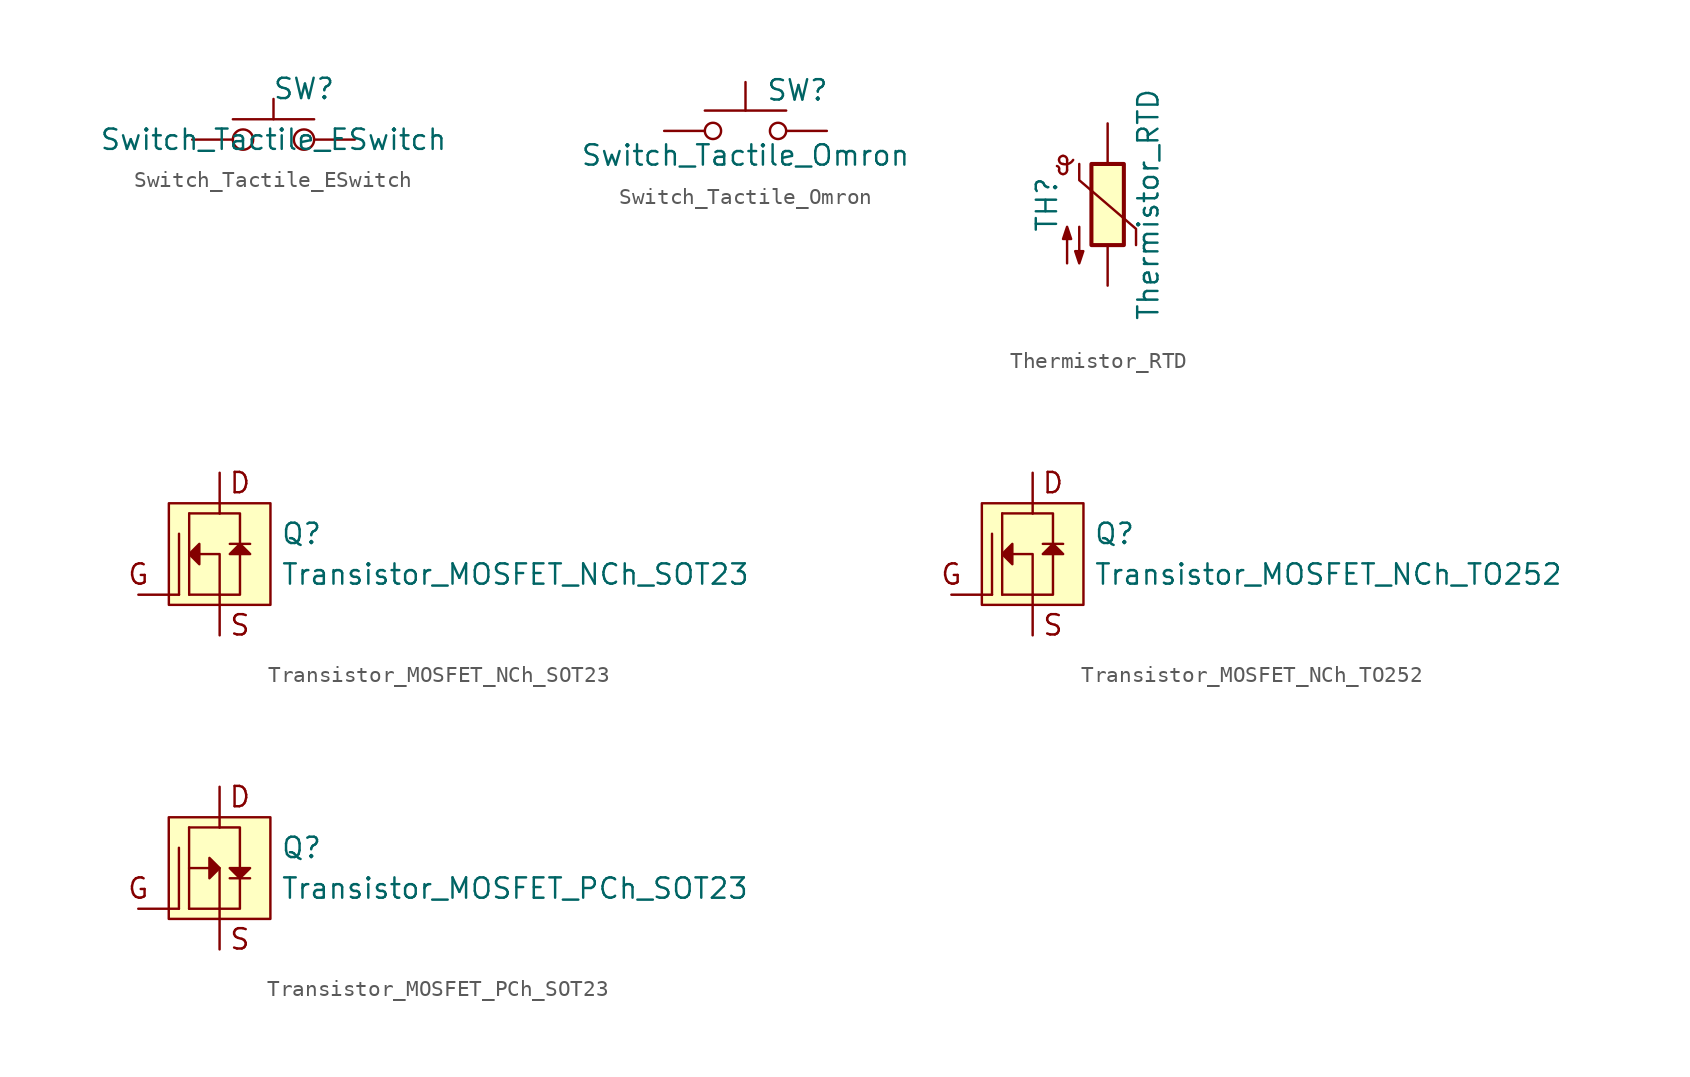
<source format=kicad_sym>
(kicad_symbol_lib
  (version 20231120)
  (generator "kicad_symbol_editor")
  (generator_version "8.0")
  (symbol "Switch_Tactile_ESwitch"
    (pin_numbers hide)
    (pin_names hide)
    (property "Reference" "SW"
      (at 1.905 3.175 0)
      (effects (font (size 1.27 1.27))))
    (property "Value" "Switch_Tactile_ESwitch"
      (at 0 0 0)
      (effects (font (size 1.27 1.27))))
    (symbol "Switch_Tactile_ESwitch_0_1"
      (circle (center -1.905 0) (radius 0.635) (stroke (width 0) (type default)) (fill (type none)))
      (polyline (pts (xy -2.54 1.27) (xy 2.54 1.27)) (stroke (width 0) (type default)) (fill (type none)))
      (polyline (pts (xy 0 1.27) (xy 0 2.54)) (stroke (width 0) (type default)) (fill (type none)))
      (circle (center 1.905 0) (radius 0.635) (stroke (width 0) (type default)) (fill (type none))))
    (symbol "Switch_Tactile_ESwitch_1_1"
      (pin input line (at -5.08 0 0) (length 2.54) (name "" (effects (font (size 1.27 1.27)))) (number "1" (effects (font (size 1.27 1.27)))))
      (pin input line (at -5.08 0 0) (length 2.54) hide (name "" (effects (font (size 1.27 1.27)))) (number "2" (effects (font (size 1.27 1.27)))))
      (pin input line (at 5.08 0 180) (length 2.54) (name "" (effects (font (size 1.27 1.27)))) (number "3" (effects (font (size 1.27 1.27)))))
      (pin input line (at 5.08 0 180) (length 2.54) hide (name "" (effects (font (size 1.27 1.27)))) (number "4" (effects (font (size 1.27 1.27)))))))
  (symbol "Switch_Tactile_Omron"
    (pin_numbers hide)
    (pin_names
      (offset 1.016) hide)
    (property "Reference" "SW"
      (at 1.27 2.54 0)
      (effects (font (size 1.27 1.27)) (justify left)))
    (property "Value" "Switch_Tactile_Omron"
      (at 0 -1.524 0)
      (effects (font (size 1.27 1.27))))
    (symbol "Switch_Tactile_Omron_0_1"
      (circle (center -2.032 0) (radius 0.508) (stroke (width 0) (type default)) (fill (type none)))
      (polyline (pts (xy 0 1.27) (xy 0 3.048)) (stroke (width 0) (type default)) (fill (type none)))
      (polyline (pts (xy 2.54 1.27) (xy -2.54 1.27)) (stroke (width 0) (type default)) (fill (type none)))
      (circle (center 2.032 0) (radius 0.508) (stroke (width 0) (type default)) (fill (type none)))
      (pin passive line (at -5.08 0 0) (length 2.54) (name "1" (effects (font (size 1.27 1.27)))) (number "1" (effects (font (size 1.27 1.27)))))
      (pin passive line (at 5.08 0 180) (length 2.54) (name "2" (effects (font (size 1.27 1.27)))) (number "2" (effects (font (size 1.27 1.27)))))))
  (symbol "Thermistor_RTD"
    (pin_numbers hide)
    (pin_names
      (offset 0))
    (property "Reference" "TH"
      (at -3.81 0 90)
      (effects (font (size 1.27 1.27))))
    (property "Value" "Thermistor_RTD"
      (at 2.54 0 90)
      (effects (font (size 1.27 1.27))))
    (symbol "Thermistor_RTD_0_1"
      (arc (start -3.048 2.159) (mid -3.0505 2.3165) (end -3.175 2.413) (stroke (width 0) (type default)) (fill (type none)))
      (arc (start -3.048 2.159) (mid -2.9736 1.9794) (end -2.794 1.905) (stroke (width 0) (type default)) (fill (type none)))
      (arc (start -3.048 2.794) (mid -2.9736 2.6144) (end -2.794 2.54) (stroke (width 0) (type default)) (fill (type none)))
      (arc (start -2.794 1.905) (mid -2.6144 1.9794) (end -2.54 2.159) (stroke (width 0) (type default)) (fill (type none)))
      (arc (start -2.794 2.54) (mid -2.434 2.5608) (end -2.159 2.794) (stroke (width 0) (type default)) (fill (type none)))
      (arc (start -2.794 3.048) (mid -2.9736 2.9736) (end -3.048 2.794) (stroke (width 0) (type default)) (fill (type none)))
      (arc (start -2.54 2.794) (mid -2.6144 2.9736) (end -2.794 3.048) (stroke (width 0) (type default)) (fill (type none)))
      (rectangle (start -1.016 2.54) (end 1.016 -2.54) (stroke (width 0.254) (type default)) (fill (type background)))
      (polyline (pts (xy -2.54 2.159) (xy -2.54 2.794)) (stroke (width 0) (type default)) (fill (type none)))
      (polyline (pts (xy -1.778 2.54) (xy -1.778 1.524) (xy 1.778 -1.524) (xy 1.778 -2.54)) (stroke (width 0) (type default)) (fill (type none)))
      (polyline (pts (xy -2.54 -3.683) (xy -2.54 -1.397) (xy -2.794 -2.159) (xy -2.286 -2.159) (xy -2.54 -1.397) (xy -2.54 -1.651)) (stroke (width 0) (type default)) (fill (type outline)))
      (polyline (pts (xy -1.778 -1.397) (xy -1.778 -3.683) (xy -2.032 -2.921) (xy -1.524 -2.921) (xy -1.778 -3.683) (xy -1.778 -3.429)) (stroke (width 0) (type default)) (fill (type outline))))
    (symbol "Thermistor_RTD_1_1"
      (pin passive line (at 0 5.08 270) (length 2.54) (name "~" (effects (font (size 1.27 1.27)))) (number "1" (effects (font (size 1.27 1.27)))))
      (pin passive line (at 0 -5.08 90) (length 2.54) (name "~" (effects (font (size 1.27 1.27)))) (number "2" (effects (font (size 1.27 1.27)))))))
  (symbol "Transistor_MOSFET_NCh_SOT23"
    (pin_numbers hide)
    (pin_names
      (offset 1.016) hide)
    (property "Reference" "Q"
      (at 3.81 1.27 0)
      (effects (font (size 1.27 1.27)) (justify left)))
    (property "Value" "Transistor_MOSFET_NCh_SOT23"
      (at 3.81 -1.27 0)
      (effects (font (size 1.27 1.27)) (justify left)))
    (symbol "Transistor_MOSFET_NCh_SOT23_0_1"
      (polyline (pts (xy 0 2.54) (xy 1.27 2.54) (xy 1.27 -2.54) (xy 0 -2.54)) (stroke (width 0) (type default)) (fill (type none))))
    (symbol "Transistor_MOSFET_NCh_SOT23_1_0"
      (text "D" (at 1.27 4.445 0) (effects (font (size 1.27 1.27))))
      (text "G" (at -5.08 -1.27 0) (effects (font (size 1.27 1.27))))
      (text "S" (at 1.27 -4.445 0) (effects (font (size 1.27 1.27)))))
    (symbol "Transistor_MOSFET_NCh_SOT23_1_1"
      (rectangle (start -3.175 3.175) (end 3.175 -3.175) (stroke (width 0) (type default)) (fill (type background)))
      (polyline (pts (xy -2.54 -2.54) (xy -2.54 1.27)) (stroke (width 0.15) (type default)) (fill (type none)))
      (polyline (pts (xy -1.905 -2.54) (xy 0 -2.54)) (stroke (width 0.15) (type default)) (fill (type none)))
      (polyline (pts (xy -1.905 2.54) (xy -1.905 -2.54)) (stroke (width 0.15) (type default)) (fill (type none)))
      (polyline (pts (xy 0 2.54) (xy -1.905 2.54)) (stroke (width 0.15) (type default)) (fill (type none)))
      (polyline (pts (xy 0.635 0.635) (xy 1.905 0.635)) (stroke (width 0.15) (type default)) (fill (type none)))
      (polyline (pts (xy 0 -2.54) (xy 0 0) (xy -1.905 0)) (stroke (width 0.15) (type default)) (fill (type none)))
      (polyline (pts (xy -1.905 0) (xy -1.27 0.635) (xy -1.27 -0.635) (xy -1.905 0)) (stroke (width 0) (type default)) (fill (type outline)))
      (polyline (pts (xy 1.27 0.635) (xy 1.905 0) (xy 0.635 0) (xy 1.27 0.635)) (stroke (width 0) (type default)) (fill (type outline)))
      (pin passive line (at -5.08 -2.54 0) (length 2.54) (name "G" (effects (font (size 1.27 1.27)))) (number "1" (effects (font (size 1.27 1.27)))))
      (pin passive line (at 0 -5.08 90) (length 2.54) (name "S" (effects (font (size 1.27 1.27)))) (number "2" (effects (font (size 1.27 1.27)))))
      (pin passive line (at 0 5.08 270) (length 2.54) (name "D" (effects (font (size 1.27 1.27)))) (number "3" (effects (font (size 1.27 1.27)))))))
  (symbol "Transistor_MOSFET_NCh_TO252"
    (pin_numbers hide)
    (pin_names hide)
    (property "Reference" "Q"
      (at 3.81 1.27 0)
      (effects (font (size 1.27 1.27)) (justify left)))
    (property "Value" "Transistor_MOSFET_NCh_TO252"
      (at 3.81 -1.27 0)
      (effects (font (size 1.27 1.27)) (justify left)))
    (symbol "Transistor_MOSFET_NCh_TO252_0_1"
      (polyline (pts (xy 0 2.54) (xy 1.27 2.54) (xy 1.27 -2.54) (xy 0 -2.54)) (stroke (width 0) (type default)) (fill (type none))))
    (symbol "Transistor_MOSFET_NCh_TO252_1_0"
      (text "D" (at 1.27 4.445 0) (effects (font (size 1.27 1.27))))
      (text "G" (at -5.08 -1.27 0) (effects (font (size 1.27 1.27))))
      (text "S" (at 1.27 -4.445 0) (effects (font (size 1.27 1.27)))))
    (symbol "Transistor_MOSFET_NCh_TO252_1_1"
      (rectangle (start -3.175 3.175) (end 3.175 -3.175) (stroke (width 0) (type default)) (fill (type background)))
      (polyline (pts (xy -2.54 -2.54) (xy -2.54 1.27)) (stroke (width 0.15) (type default)) (fill (type none)))
      (polyline (pts (xy -1.905 -2.54) (xy 0 -2.54)) (stroke (width 0.15) (type default)) (fill (type none)))
      (polyline (pts (xy -1.905 2.54) (xy -1.905 -2.54)) (stroke (width 0.15) (type default)) (fill (type none)))
      (polyline (pts (xy 0 2.54) (xy -1.905 2.54)) (stroke (width 0.15) (type default)) (fill (type none)))
      (polyline (pts (xy 0.635 0.635) (xy 1.905 0.635)) (stroke (width 0.15) (type default)) (fill (type none)))
      (polyline (pts (xy 0 -2.54) (xy 0 0) (xy -1.905 0)) (stroke (width 0.15) (type default)) (fill (type none)))
      (polyline (pts (xy -1.905 0) (xy -1.27 0.635) (xy -1.27 -0.635) (xy -1.905 0)) (stroke (width 0) (type default)) (fill (type outline)))
      (polyline (pts (xy 1.27 0.635) (xy 1.905 0) (xy 0.635 0) (xy 1.27 0.635)) (stroke (width 0) (type default)) (fill (type outline)))
      (pin passive line (at -5.08 -2.54 0) (length 2.54) (name "G" (effects (font (size 1.27 1.27)))) (number "1" (effects (font (size 1.27 1.27)))))
      (pin passive line (at 0 5.08 270) (length 2.54) (name "D" (effects (font (size 1.27 1.27)))) (number "2" (effects (font (size 1.27 1.27)))))
      (pin passive line (at 0 -5.08 90) (length 2.54) (name "S" (effects (font (size 1.27 1.27)))) (number "3" (effects (font (size 1.27 1.27)))))))
  (symbol "Transistor_MOSFET_PCh_SOT23"
    (pin_numbers hide)
    (pin_names hide)
    (property "Reference" "Q"
      (at 3.81 1.27 0)
      (effects (font (size 1.27 1.27)) (justify left)))
    (property "Value" "Transistor_MOSFET_PCh_SOT23"
      (at 3.81 -1.27 0)
      (effects (font (size 1.27 1.27)) (justify left)))
    (symbol "Transistor_MOSFET_PCh_SOT23_0_1"
      (polyline (pts (xy 0 2.54) (xy 1.27 2.54) (xy 1.27 -2.54) (xy 0 -2.54)) (stroke (width 0) (type default)) (fill (type none))))
    (symbol "Transistor_MOSFET_PCh_SOT23_1_0"
      (text "D" (at 1.27 4.445 0) (effects (font (size 1.27 1.27))))
      (text "G" (at -5.08 -1.27 0) (effects (font (size 1.27 1.27))))
      (text "S" (at 1.27 -4.445 0) (effects (font (size 1.27 1.27)))))
    (symbol "Transistor_MOSFET_PCh_SOT23_1_1"
      (rectangle (start -3.175 3.175) (end 3.175 -3.175) (stroke (width 0) (type default)) (fill (type background)))
      (polyline (pts (xy -2.54 -2.54) (xy -2.54 1.27)) (stroke (width 0.15) (type default)) (fill (type none)))
      (polyline (pts (xy -1.905 -2.54) (xy 0 -2.54)) (stroke (width 0.15) (type default)) (fill (type none)))
      (polyline (pts (xy -1.905 2.54) (xy -1.905 -2.54)) (stroke (width 0.15) (type default)) (fill (type none)))
      (polyline (pts (xy 0 2.54) (xy -1.905 2.54)) (stroke (width 0.15) (type default)) (fill (type none)))
      (polyline (pts (xy 0.635 -0.635) (xy 1.905 -0.635)) (stroke (width 0.15) (type default)) (fill (type none)))
      (polyline (pts (xy 0 -2.54) (xy 0 0) (xy -1.905 0)) (stroke (width 0.15) (type default)) (fill (type none)))
      (polyline (pts (xy 0 0) (xy -0.635 -0.635) (xy -0.635 0.635) (xy 0 0)) (stroke (width 0) (type default)) (fill (type outline)))
      (polyline (pts (xy 1.27 -0.635) (xy 0.635 0) (xy 1.905 0) (xy 1.27 -0.635)) (stroke (width 0) (type default)) (fill (type outline)))
      (pin passive line (at -5.08 -2.54 0) (length 2.54) (name "G" (effects (font (size 1.27 1.27)))) (number "1" (effects (font (size 1.27 1.27)))))
      (pin passive line (at 0 -5.08 90) (length 2.54) (name "S" (effects (font (size 1.27 1.27)))) (number "2" (effects (font (size 1.27 1.27)))))
      (pin passive line (at 0 5.08 270) (length 2.54) (name "D" (effects (font (size 1.27 1.27)))) (number "3" (effects (font (size 1.27 1.27))))))))
</source>
